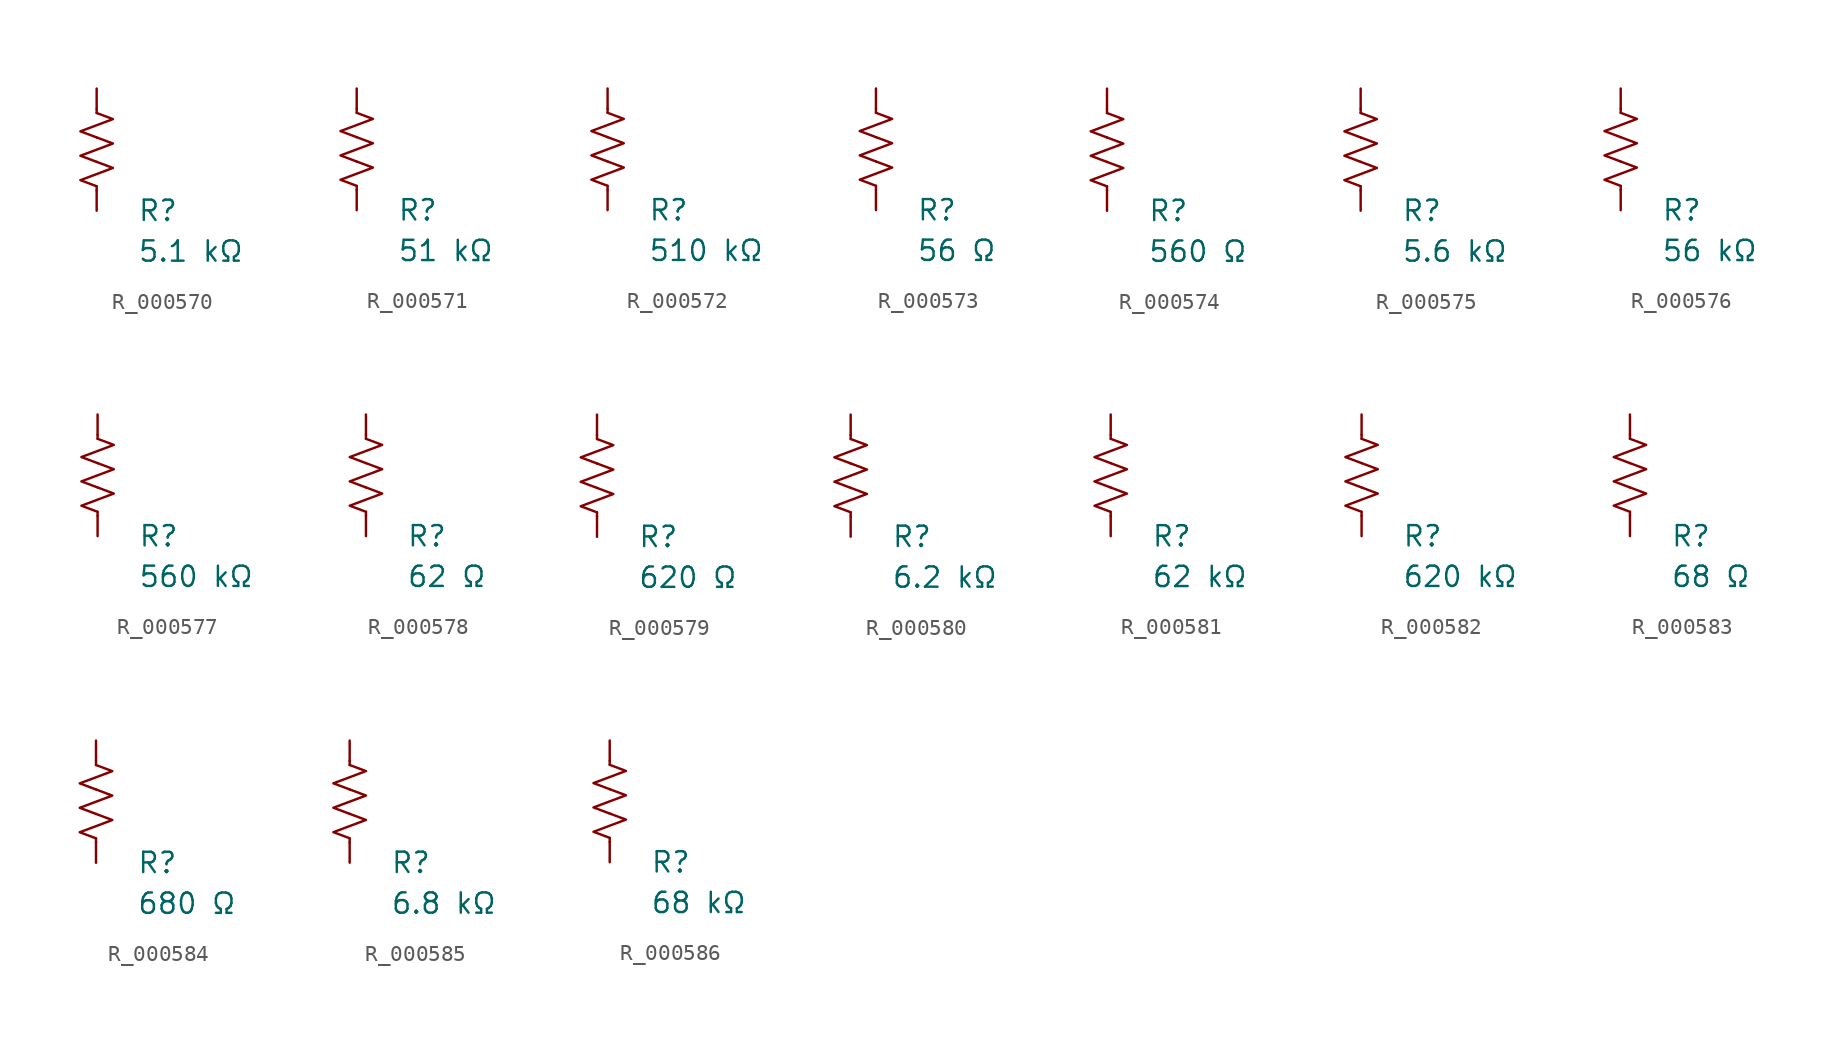
<source format=kicad_sym>
(kicad_symbol_lib
  (version 20231120)
  (generator "kicad_symbol_editor")
  (generator_version "8.0")
  (symbol "R_000570"
    (pin_numbers hide)
    (pin_names
      (offset 0))
    (property "Reference" "R"
      (at 2.54 -3.81 0)
      (effects (font (size 1.27 1.27)) (justify left))
      (show_name no))
    (property "Value" "5.1 kΩ"
      (at 2.54 -6.35 0)
      (effects (font (size 1.27 1.27)) (justify left))
      (show_name no))
    (symbol "R_000570_0_1"
      (polyline (pts (xy 0 -2.286) (xy 0 -2.54)) (stroke (width 0) (type default)) (fill (type none)))
      (polyline (pts (xy 0 2.286) (xy 0 2.54)) (stroke (width 0) (type default)) (fill (type none)))
      (polyline (pts (xy 0 -0.762) (xy 1.016 -1.143) (xy 0 -1.524) (xy -1.016 -1.905) (xy 0 -2.286)) (stroke (width 0) (type default)) (fill (type none)))
      (polyline (pts (xy 0 0.762) (xy 1.016 0.381) (xy 0 0) (xy -1.016 -0.381) (xy 0 -0.762)) (stroke (width 0) (type default)) (fill (type none)))
      (polyline (pts (xy 0 2.286) (xy 1.016 1.905) (xy 0 1.524) (xy -1.016 1.143) (xy 0 0.762)) (stroke (width 0) (type default)) (fill (type none))))
    (symbol "R_000570_1_1"
      (pin passive line (at 0 3.81 270) (length 1.27) (name "~" (effects (font (size 1.27 1.27)))) (number "1" (effects (font (size 1.27 1.27)))))
      (pin passive line (at 0 -3.81 90) (length 1.27) (name "~" (effects (font (size 1.27 1.27)))) (number "2" (effects (font (size 1.27 1.27)))))))
  (symbol "R_000571"
    (pin_numbers hide)
    (pin_names
      (offset 0))
    (property "Reference" "R"
      (at 2.54 -3.81 0)
      (effects (font (size 1.27 1.27)) (justify left))
      (show_name no))
    (property "Value" "51 kΩ"
      (at 2.54 -6.35 0)
      (effects (font (size 1.27 1.27)) (justify left))
      (show_name no))
    (symbol "R_000571_0_1"
      (polyline (pts (xy 0 -2.286) (xy 0 -2.54)) (stroke (width 0) (type default)) (fill (type none)))
      (polyline (pts (xy 0 2.286) (xy 0 2.54)) (stroke (width 0) (type default)) (fill (type none)))
      (polyline (pts (xy 0 -0.762) (xy 1.016 -1.143) (xy 0 -1.524) (xy -1.016 -1.905) (xy 0 -2.286)) (stroke (width 0) (type default)) (fill (type none)))
      (polyline (pts (xy 0 0.762) (xy 1.016 0.381) (xy 0 0) (xy -1.016 -0.381) (xy 0 -0.762)) (stroke (width 0) (type default)) (fill (type none)))
      (polyline (pts (xy 0 2.286) (xy 1.016 1.905) (xy 0 1.524) (xy -1.016 1.143) (xy 0 0.762)) (stroke (width 0) (type default)) (fill (type none))))
    (symbol "R_000571_1_1"
      (pin passive line (at 0 3.81 270) (length 1.27) (name "~" (effects (font (size 1.27 1.27)))) (number "1" (effects (font (size 1.27 1.27)))))
      (pin passive line (at 0 -3.81 90) (length 1.27) (name "~" (effects (font (size 1.27 1.27)))) (number "2" (effects (font (size 1.27 1.27)))))))
  (symbol "R_000572"
    (pin_numbers hide)
    (pin_names
      (offset 0))
    (property "Reference" "R"
      (at 2.54 -3.81 0)
      (effects (font (size 1.27 1.27)) (justify left))
      (show_name no))
    (property "Value" "510 kΩ"
      (at 2.54 -6.35 0)
      (effects (font (size 1.27 1.27)) (justify left))
      (show_name no))
    (symbol "R_000572_0_1"
      (polyline (pts (xy 0 -2.286) (xy 0 -2.54)) (stroke (width 0) (type default)) (fill (type none)))
      (polyline (pts (xy 0 2.286) (xy 0 2.54)) (stroke (width 0) (type default)) (fill (type none)))
      (polyline (pts (xy 0 -0.762) (xy 1.016 -1.143) (xy 0 -1.524) (xy -1.016 -1.905) (xy 0 -2.286)) (stroke (width 0) (type default)) (fill (type none)))
      (polyline (pts (xy 0 0.762) (xy 1.016 0.381) (xy 0 0) (xy -1.016 -0.381) (xy 0 -0.762)) (stroke (width 0) (type default)) (fill (type none)))
      (polyline (pts (xy 0 2.286) (xy 1.016 1.905) (xy 0 1.524) (xy -1.016 1.143) (xy 0 0.762)) (stroke (width 0) (type default)) (fill (type none))))
    (symbol "R_000572_1_1"
      (pin passive line (at 0 3.81 270) (length 1.27) (name "~" (effects (font (size 1.27 1.27)))) (number "1" (effects (font (size 1.27 1.27)))))
      (pin passive line (at 0 -3.81 90) (length 1.27) (name "~" (effects (font (size 1.27 1.27)))) (number "2" (effects (font (size 1.27 1.27)))))))
  (symbol "R_000573"
    (pin_numbers hide)
    (pin_names
      (offset 0))
    (property "Reference" "R"
      (at 2.54 -3.81 0)
      (effects (font (size 1.27 1.27)) (justify left))
      (show_name no))
    (property "Value" "56 Ω"
      (at 2.54 -6.35 0)
      (effects (font (size 1.27 1.27)) (justify left))
      (show_name no))
    (symbol "R_000573_0_1"
      (polyline (pts (xy 0 -2.286) (xy 0 -2.54)) (stroke (width 0) (type default)) (fill (type none)))
      (polyline (pts (xy 0 2.286) (xy 0 2.54)) (stroke (width 0) (type default)) (fill (type none)))
      (polyline (pts (xy 0 -0.762) (xy 1.016 -1.143) (xy 0 -1.524) (xy -1.016 -1.905) (xy 0 -2.286)) (stroke (width 0) (type default)) (fill (type none)))
      (polyline (pts (xy 0 0.762) (xy 1.016 0.381) (xy 0 0) (xy -1.016 -0.381) (xy 0 -0.762)) (stroke (width 0) (type default)) (fill (type none)))
      (polyline (pts (xy 0 2.286) (xy 1.016 1.905) (xy 0 1.524) (xy -1.016 1.143) (xy 0 0.762)) (stroke (width 0) (type default)) (fill (type none))))
    (symbol "R_000573_1_1"
      (pin passive line (at 0 3.81 270) (length 1.27) (name "~" (effects (font (size 1.27 1.27)))) (number "1" (effects (font (size 1.27 1.27)))))
      (pin passive line (at 0 -3.81 90) (length 1.27) (name "~" (effects (font (size 1.27 1.27)))) (number "2" (effects (font (size 1.27 1.27)))))))
  (symbol "R_000574"
    (pin_numbers hide)
    (pin_names
      (offset 0))
    (property "Reference" "R"
      (at 2.54 -3.81 0)
      (effects (font (size 1.27 1.27)) (justify left))
      (show_name no))
    (property "Value" "560 Ω"
      (at 2.54 -6.35 0)
      (effects (font (size 1.27 1.27)) (justify left))
      (show_name no))
    (symbol "R_000574_0_1"
      (polyline (pts (xy 0 -2.286) (xy 0 -2.54)) (stroke (width 0) (type default)) (fill (type none)))
      (polyline (pts (xy 0 2.286) (xy 0 2.54)) (stroke (width 0) (type default)) (fill (type none)))
      (polyline (pts (xy 0 -0.762) (xy 1.016 -1.143) (xy 0 -1.524) (xy -1.016 -1.905) (xy 0 -2.286)) (stroke (width 0) (type default)) (fill (type none)))
      (polyline (pts (xy 0 0.762) (xy 1.016 0.381) (xy 0 0) (xy -1.016 -0.381) (xy 0 -0.762)) (stroke (width 0) (type default)) (fill (type none)))
      (polyline (pts (xy 0 2.286) (xy 1.016 1.905) (xy 0 1.524) (xy -1.016 1.143) (xy 0 0.762)) (stroke (width 0) (type default)) (fill (type none))))
    (symbol "R_000574_1_1"
      (pin passive line (at 0 3.81 270) (length 1.27) (name "~" (effects (font (size 1.27 1.27)))) (number "1" (effects (font (size 1.27 1.27)))))
      (pin passive line (at 0 -3.81 90) (length 1.27) (name "~" (effects (font (size 1.27 1.27)))) (number "2" (effects (font (size 1.27 1.27)))))))
  (symbol "R_000575"
    (pin_numbers hide)
    (pin_names
      (offset 0))
    (property "Reference" "R"
      (at 2.54 -3.81 0)
      (effects (font (size 1.27 1.27)) (justify left))
      (show_name no))
    (property "Value" "5.6 kΩ"
      (at 2.54 -6.35 0)
      (effects (font (size 1.27 1.27)) (justify left))
      (show_name no))
    (symbol "R_000575_0_1"
      (polyline (pts (xy 0 -2.286) (xy 0 -2.54)) (stroke (width 0) (type default)) (fill (type none)))
      (polyline (pts (xy 0 2.286) (xy 0 2.54)) (stroke (width 0) (type default)) (fill (type none)))
      (polyline (pts (xy 0 -0.762) (xy 1.016 -1.143) (xy 0 -1.524) (xy -1.016 -1.905) (xy 0 -2.286)) (stroke (width 0) (type default)) (fill (type none)))
      (polyline (pts (xy 0 0.762) (xy 1.016 0.381) (xy 0 0) (xy -1.016 -0.381) (xy 0 -0.762)) (stroke (width 0) (type default)) (fill (type none)))
      (polyline (pts (xy 0 2.286) (xy 1.016 1.905) (xy 0 1.524) (xy -1.016 1.143) (xy 0 0.762)) (stroke (width 0) (type default)) (fill (type none))))
    (symbol "R_000575_1_1"
      (pin passive line (at 0 3.81 270) (length 1.27) (name "~" (effects (font (size 1.27 1.27)))) (number "1" (effects (font (size 1.27 1.27)))))
      (pin passive line (at 0 -3.81 90) (length 1.27) (name "~" (effects (font (size 1.27 1.27)))) (number "2" (effects (font (size 1.27 1.27)))))))
  (symbol "R_000576"
    (pin_numbers hide)
    (pin_names
      (offset 0))
    (property "Reference" "R"
      (at 2.54 -3.81 0)
      (effects (font (size 1.27 1.27)) (justify left))
      (show_name no))
    (property "Value" "56 kΩ"
      (at 2.54 -6.35 0)
      (effects (font (size 1.27 1.27)) (justify left))
      (show_name no))
    (symbol "R_000576_0_1"
      (polyline (pts (xy 0 -2.286) (xy 0 -2.54)) (stroke (width 0) (type default)) (fill (type none)))
      (polyline (pts (xy 0 2.286) (xy 0 2.54)) (stroke (width 0) (type default)) (fill (type none)))
      (polyline (pts (xy 0 -0.762) (xy 1.016 -1.143) (xy 0 -1.524) (xy -1.016 -1.905) (xy 0 -2.286)) (stroke (width 0) (type default)) (fill (type none)))
      (polyline (pts (xy 0 0.762) (xy 1.016 0.381) (xy 0 0) (xy -1.016 -0.381) (xy 0 -0.762)) (stroke (width 0) (type default)) (fill (type none)))
      (polyline (pts (xy 0 2.286) (xy 1.016 1.905) (xy 0 1.524) (xy -1.016 1.143) (xy 0 0.762)) (stroke (width 0) (type default)) (fill (type none))))
    (symbol "R_000576_1_1"
      (pin passive line (at 0 3.81 270) (length 1.27) (name "~" (effects (font (size 1.27 1.27)))) (number "1" (effects (font (size 1.27 1.27)))))
      (pin passive line (at 0 -3.81 90) (length 1.27) (name "~" (effects (font (size 1.27 1.27)))) (number "2" (effects (font (size 1.27 1.27)))))))
  (symbol "R_000577"
    (pin_numbers hide)
    (pin_names
      (offset 0))
    (property "Reference" "R"
      (at 2.54 -3.81 0)
      (effects (font (size 1.27 1.27)) (justify left))
      (show_name no))
    (property "Value" "560 kΩ"
      (at 2.54 -6.35 0)
      (effects (font (size 1.27 1.27)) (justify left))
      (show_name no))
    (symbol "R_000577_0_1"
      (polyline (pts (xy 0 -2.286) (xy 0 -2.54)) (stroke (width 0) (type default)) (fill (type none)))
      (polyline (pts (xy 0 2.286) (xy 0 2.54)) (stroke (width 0) (type default)) (fill (type none)))
      (polyline (pts (xy 0 -0.762) (xy 1.016 -1.143) (xy 0 -1.524) (xy -1.016 -1.905) (xy 0 -2.286)) (stroke (width 0) (type default)) (fill (type none)))
      (polyline (pts (xy 0 0.762) (xy 1.016 0.381) (xy 0 0) (xy -1.016 -0.381) (xy 0 -0.762)) (stroke (width 0) (type default)) (fill (type none)))
      (polyline (pts (xy 0 2.286) (xy 1.016 1.905) (xy 0 1.524) (xy -1.016 1.143) (xy 0 0.762)) (stroke (width 0) (type default)) (fill (type none))))
    (symbol "R_000577_1_1"
      (pin passive line (at 0 3.81 270) (length 1.27) (name "~" (effects (font (size 1.27 1.27)))) (number "1" (effects (font (size 1.27 1.27)))))
      (pin passive line (at 0 -3.81 90) (length 1.27) (name "~" (effects (font (size 1.27 1.27)))) (number "2" (effects (font (size 1.27 1.27)))))))
  (symbol "R_000578"
    (pin_numbers hide)
    (pin_names
      (offset 0))
    (property "Reference" "R"
      (at 2.54 -3.81 0)
      (effects (font (size 1.27 1.27)) (justify left))
      (show_name no))
    (property "Value" "62 Ω"
      (at 2.54 -6.35 0)
      (effects (font (size 1.27 1.27)) (justify left))
      (show_name no))
    (symbol "R_000578_0_1"
      (polyline (pts (xy 0 -2.286) (xy 0 -2.54)) (stroke (width 0) (type default)) (fill (type none)))
      (polyline (pts (xy 0 2.286) (xy 0 2.54)) (stroke (width 0) (type default)) (fill (type none)))
      (polyline (pts (xy 0 -0.762) (xy 1.016 -1.143) (xy 0 -1.524) (xy -1.016 -1.905) (xy 0 -2.286)) (stroke (width 0) (type default)) (fill (type none)))
      (polyline (pts (xy 0 0.762) (xy 1.016 0.381) (xy 0 0) (xy -1.016 -0.381) (xy 0 -0.762)) (stroke (width 0) (type default)) (fill (type none)))
      (polyline (pts (xy 0 2.286) (xy 1.016 1.905) (xy 0 1.524) (xy -1.016 1.143) (xy 0 0.762)) (stroke (width 0) (type default)) (fill (type none))))
    (symbol "R_000578_1_1"
      (pin passive line (at 0 3.81 270) (length 1.27) (name "~" (effects (font (size 1.27 1.27)))) (number "1" (effects (font (size 1.27 1.27)))))
      (pin passive line (at 0 -3.81 90) (length 1.27) (name "~" (effects (font (size 1.27 1.27)))) (number "2" (effects (font (size 1.27 1.27)))))))
  (symbol "R_000579"
    (pin_numbers hide)
    (pin_names
      (offset 0))
    (property "Reference" "R"
      (at 2.54 -3.81 0)
      (effects (font (size 1.27 1.27)) (justify left))
      (show_name no))
    (property "Value" "620 Ω"
      (at 2.54 -6.35 0)
      (effects (font (size 1.27 1.27)) (justify left))
      (show_name no))
    (symbol "R_000579_0_1"
      (polyline (pts (xy 0 -2.286) (xy 0 -2.54)) (stroke (width 0) (type default)) (fill (type none)))
      (polyline (pts (xy 0 2.286) (xy 0 2.54)) (stroke (width 0) (type default)) (fill (type none)))
      (polyline (pts (xy 0 -0.762) (xy 1.016 -1.143) (xy 0 -1.524) (xy -1.016 -1.905) (xy 0 -2.286)) (stroke (width 0) (type default)) (fill (type none)))
      (polyline (pts (xy 0 0.762) (xy 1.016 0.381) (xy 0 0) (xy -1.016 -0.381) (xy 0 -0.762)) (stroke (width 0) (type default)) (fill (type none)))
      (polyline (pts (xy 0 2.286) (xy 1.016 1.905) (xy 0 1.524) (xy -1.016 1.143) (xy 0 0.762)) (stroke (width 0) (type default)) (fill (type none))))
    (symbol "R_000579_1_1"
      (pin passive line (at 0 3.81 270) (length 1.27) (name "~" (effects (font (size 1.27 1.27)))) (number "1" (effects (font (size 1.27 1.27)))))
      (pin passive line (at 0 -3.81 90) (length 1.27) (name "~" (effects (font (size 1.27 1.27)))) (number "2" (effects (font (size 1.27 1.27)))))))
  (symbol "R_000580"
    (pin_numbers hide)
    (pin_names
      (offset 0))
    (property "Reference" "R"
      (at 2.54 -3.81 0)
      (effects (font (size 1.27 1.27)) (justify left))
      (show_name no))
    (property "Value" "6.2 kΩ"
      (at 2.54 -6.35 0)
      (effects (font (size 1.27 1.27)) (justify left))
      (show_name no))
    (symbol "R_000580_0_1"
      (polyline (pts (xy 0 -2.286) (xy 0 -2.54)) (stroke (width 0) (type default)) (fill (type none)))
      (polyline (pts (xy 0 2.286) (xy 0 2.54)) (stroke (width 0) (type default)) (fill (type none)))
      (polyline (pts (xy 0 -0.762) (xy 1.016 -1.143) (xy 0 -1.524) (xy -1.016 -1.905) (xy 0 -2.286)) (stroke (width 0) (type default)) (fill (type none)))
      (polyline (pts (xy 0 0.762) (xy 1.016 0.381) (xy 0 0) (xy -1.016 -0.381) (xy 0 -0.762)) (stroke (width 0) (type default)) (fill (type none)))
      (polyline (pts (xy 0 2.286) (xy 1.016 1.905) (xy 0 1.524) (xy -1.016 1.143) (xy 0 0.762)) (stroke (width 0) (type default)) (fill (type none))))
    (symbol "R_000580_1_1"
      (pin passive line (at 0 3.81 270) (length 1.27) (name "~" (effects (font (size 1.27 1.27)))) (number "1" (effects (font (size 1.27 1.27)))))
      (pin passive line (at 0 -3.81 90) (length 1.27) (name "~" (effects (font (size 1.27 1.27)))) (number "2" (effects (font (size 1.27 1.27)))))))
  (symbol "R_000581"
    (pin_numbers hide)
    (pin_names
      (offset 0))
    (property "Reference" "R"
      (at 2.54 -3.81 0)
      (effects (font (size 1.27 1.27)) (justify left))
      (show_name no))
    (property "Value" "62 kΩ"
      (at 2.54 -6.35 0)
      (effects (font (size 1.27 1.27)) (justify left))
      (show_name no))
    (symbol "R_000581_0_1"
      (polyline (pts (xy 0 -2.286) (xy 0 -2.54)) (stroke (width 0) (type default)) (fill (type none)))
      (polyline (pts (xy 0 2.286) (xy 0 2.54)) (stroke (width 0) (type default)) (fill (type none)))
      (polyline (pts (xy 0 -0.762) (xy 1.016 -1.143) (xy 0 -1.524) (xy -1.016 -1.905) (xy 0 -2.286)) (stroke (width 0) (type default)) (fill (type none)))
      (polyline (pts (xy 0 0.762) (xy 1.016 0.381) (xy 0 0) (xy -1.016 -0.381) (xy 0 -0.762)) (stroke (width 0) (type default)) (fill (type none)))
      (polyline (pts (xy 0 2.286) (xy 1.016 1.905) (xy 0 1.524) (xy -1.016 1.143) (xy 0 0.762)) (stroke (width 0) (type default)) (fill (type none))))
    (symbol "R_000581_1_1"
      (pin passive line (at 0 3.81 270) (length 1.27) (name "~" (effects (font (size 1.27 1.27)))) (number "1" (effects (font (size 1.27 1.27)))))
      (pin passive line (at 0 -3.81 90) (length 1.27) (name "~" (effects (font (size 1.27 1.27)))) (number "2" (effects (font (size 1.27 1.27)))))))
  (symbol "R_000582"
    (pin_numbers hide)
    (pin_names
      (offset 0))
    (property "Reference" "R"
      (at 2.54 -3.81 0)
      (effects (font (size 1.27 1.27)) (justify left))
      (show_name no))
    (property "Value" "620 kΩ"
      (at 2.54 -6.35 0)
      (effects (font (size 1.27 1.27)) (justify left))
      (show_name no))
    (symbol "R_000582_0_1"
      (polyline (pts (xy 0 -2.286) (xy 0 -2.54)) (stroke (width 0) (type default)) (fill (type none)))
      (polyline (pts (xy 0 2.286) (xy 0 2.54)) (stroke (width 0) (type default)) (fill (type none)))
      (polyline (pts (xy 0 -0.762) (xy 1.016 -1.143) (xy 0 -1.524) (xy -1.016 -1.905) (xy 0 -2.286)) (stroke (width 0) (type default)) (fill (type none)))
      (polyline (pts (xy 0 0.762) (xy 1.016 0.381) (xy 0 0) (xy -1.016 -0.381) (xy 0 -0.762)) (stroke (width 0) (type default)) (fill (type none)))
      (polyline (pts (xy 0 2.286) (xy 1.016 1.905) (xy 0 1.524) (xy -1.016 1.143) (xy 0 0.762)) (stroke (width 0) (type default)) (fill (type none))))
    (symbol "R_000582_1_1"
      (pin passive line (at 0 3.81 270) (length 1.27) (name "~" (effects (font (size 1.27 1.27)))) (number "1" (effects (font (size 1.27 1.27)))))
      (pin passive line (at 0 -3.81 90) (length 1.27) (name "~" (effects (font (size 1.27 1.27)))) (number "2" (effects (font (size 1.27 1.27)))))))
  (symbol "R_000583"
    (pin_numbers hide)
    (pin_names
      (offset 0))
    (property "Reference" "R"
      (at 2.54 -3.81 0)
      (effects (font (size 1.27 1.27)) (justify left))
      (show_name no))
    (property "Value" "68 Ω"
      (at 2.54 -6.35 0)
      (effects (font (size 1.27 1.27)) (justify left))
      (show_name no))
    (symbol "R_000583_0_1"
      (polyline (pts (xy 0 -2.286) (xy 0 -2.54)) (stroke (width 0) (type default)) (fill (type none)))
      (polyline (pts (xy 0 2.286) (xy 0 2.54)) (stroke (width 0) (type default)) (fill (type none)))
      (polyline (pts (xy 0 -0.762) (xy 1.016 -1.143) (xy 0 -1.524) (xy -1.016 -1.905) (xy 0 -2.286)) (stroke (width 0) (type default)) (fill (type none)))
      (polyline (pts (xy 0 0.762) (xy 1.016 0.381) (xy 0 0) (xy -1.016 -0.381) (xy 0 -0.762)) (stroke (width 0) (type default)) (fill (type none)))
      (polyline (pts (xy 0 2.286) (xy 1.016 1.905) (xy 0 1.524) (xy -1.016 1.143) (xy 0 0.762)) (stroke (width 0) (type default)) (fill (type none))))
    (symbol "R_000583_1_1"
      (pin passive line (at 0 3.81 270) (length 1.27) (name "~" (effects (font (size 1.27 1.27)))) (number "1" (effects (font (size 1.27 1.27)))))
      (pin passive line (at 0 -3.81 90) (length 1.27) (name "~" (effects (font (size 1.27 1.27)))) (number "2" (effects (font (size 1.27 1.27)))))))
  (symbol "R_000584"
    (pin_numbers hide)
    (pin_names
      (offset 0))
    (property "Reference" "R"
      (at 2.54 -3.81 0)
      (effects (font (size 1.27 1.27)) (justify left))
      (show_name no))
    (property "Value" "680 Ω"
      (at 2.54 -6.35 0)
      (effects (font (size 1.27 1.27)) (justify left))
      (show_name no))
    (symbol "R_000584_0_1"
      (polyline (pts (xy 0 -2.286) (xy 0 -2.54)) (stroke (width 0) (type default)) (fill (type none)))
      (polyline (pts (xy 0 2.286) (xy 0 2.54)) (stroke (width 0) (type default)) (fill (type none)))
      (polyline (pts (xy 0 -0.762) (xy 1.016 -1.143) (xy 0 -1.524) (xy -1.016 -1.905) (xy 0 -2.286)) (stroke (width 0) (type default)) (fill (type none)))
      (polyline (pts (xy 0 0.762) (xy 1.016 0.381) (xy 0 0) (xy -1.016 -0.381) (xy 0 -0.762)) (stroke (width 0) (type default)) (fill (type none)))
      (polyline (pts (xy 0 2.286) (xy 1.016 1.905) (xy 0 1.524) (xy -1.016 1.143) (xy 0 0.762)) (stroke (width 0) (type default)) (fill (type none))))
    (symbol "R_000584_1_1"
      (pin passive line (at 0 3.81 270) (length 1.27) (name "~" (effects (font (size 1.27 1.27)))) (number "1" (effects (font (size 1.27 1.27)))))
      (pin passive line (at 0 -3.81 90) (length 1.27) (name "~" (effects (font (size 1.27 1.27)))) (number "2" (effects (font (size 1.27 1.27)))))))
  (symbol "R_000585"
    (pin_numbers hide)
    (pin_names
      (offset 0))
    (property "Reference" "R"
      (at 2.54 -3.81 0)
      (effects (font (size 1.27 1.27)) (justify left))
      (show_name no))
    (property "Value" "6.8 kΩ"
      (at 2.54 -6.35 0)
      (effects (font (size 1.27 1.27)) (justify left))
      (show_name no))
    (symbol "R_000585_0_1"
      (polyline (pts (xy 0 -2.286) (xy 0 -2.54)) (stroke (width 0) (type default)) (fill (type none)))
      (polyline (pts (xy 0 2.286) (xy 0 2.54)) (stroke (width 0) (type default)) (fill (type none)))
      (polyline (pts (xy 0 -0.762) (xy 1.016 -1.143) (xy 0 -1.524) (xy -1.016 -1.905) (xy 0 -2.286)) (stroke (width 0) (type default)) (fill (type none)))
      (polyline (pts (xy 0 0.762) (xy 1.016 0.381) (xy 0 0) (xy -1.016 -0.381) (xy 0 -0.762)) (stroke (width 0) (type default)) (fill (type none)))
      (polyline (pts (xy 0 2.286) (xy 1.016 1.905) (xy 0 1.524) (xy -1.016 1.143) (xy 0 0.762)) (stroke (width 0) (type default)) (fill (type none))))
    (symbol "R_000585_1_1"
      (pin passive line (at 0 3.81 270) (length 1.27) (name "~" (effects (font (size 1.27 1.27)))) (number "1" (effects (font (size 1.27 1.27)))))
      (pin passive line (at 0 -3.81 90) (length 1.27) (name "~" (effects (font (size 1.27 1.27)))) (number "2" (effects (font (size 1.27 1.27)))))))
  (symbol "R_000586"
    (pin_numbers hide)
    (pin_names
      (offset 0))
    (property "Reference" "R"
      (at 2.54 -3.81 0)
      (effects (font (size 1.27 1.27)) (justify left))
      (show_name no))
    (property "Value" "68 kΩ"
      (at 2.54 -6.35 0)
      (effects (font (size 1.27 1.27)) (justify left))
      (show_name no))
    (symbol "R_000586_0_1"
      (polyline (pts (xy 0 -2.286) (xy 0 -2.54)) (stroke (width 0) (type default)) (fill (type none)))
      (polyline (pts (xy 0 2.286) (xy 0 2.54)) (stroke (width 0) (type default)) (fill (type none)))
      (polyline (pts (xy 0 -0.762) (xy 1.016 -1.143) (xy 0 -1.524) (xy -1.016 -1.905) (xy 0 -2.286)) (stroke (width 0) (type default)) (fill (type none)))
      (polyline (pts (xy 0 0.762) (xy 1.016 0.381) (xy 0 0) (xy -1.016 -0.381) (xy 0 -0.762)) (stroke (width 0) (type default)) (fill (type none)))
      (polyline (pts (xy 0 2.286) (xy 1.016 1.905) (xy 0 1.524) (xy -1.016 1.143) (xy 0 0.762)) (stroke (width 0) (type default)) (fill (type none))))
    (symbol "R_000586_1_1"
      (pin passive line (at 0 3.81 270) (length 1.27) (name "~" (effects (font (size 1.27 1.27)))) (number "1" (effects (font (size 1.27 1.27)))))
      (pin passive line (at 0 -3.81 90) (length 1.27) (name "~" (effects (font (size 1.27 1.27)))) (number "2" (effects (font (size 1.27 1.27))))))))
</source>
